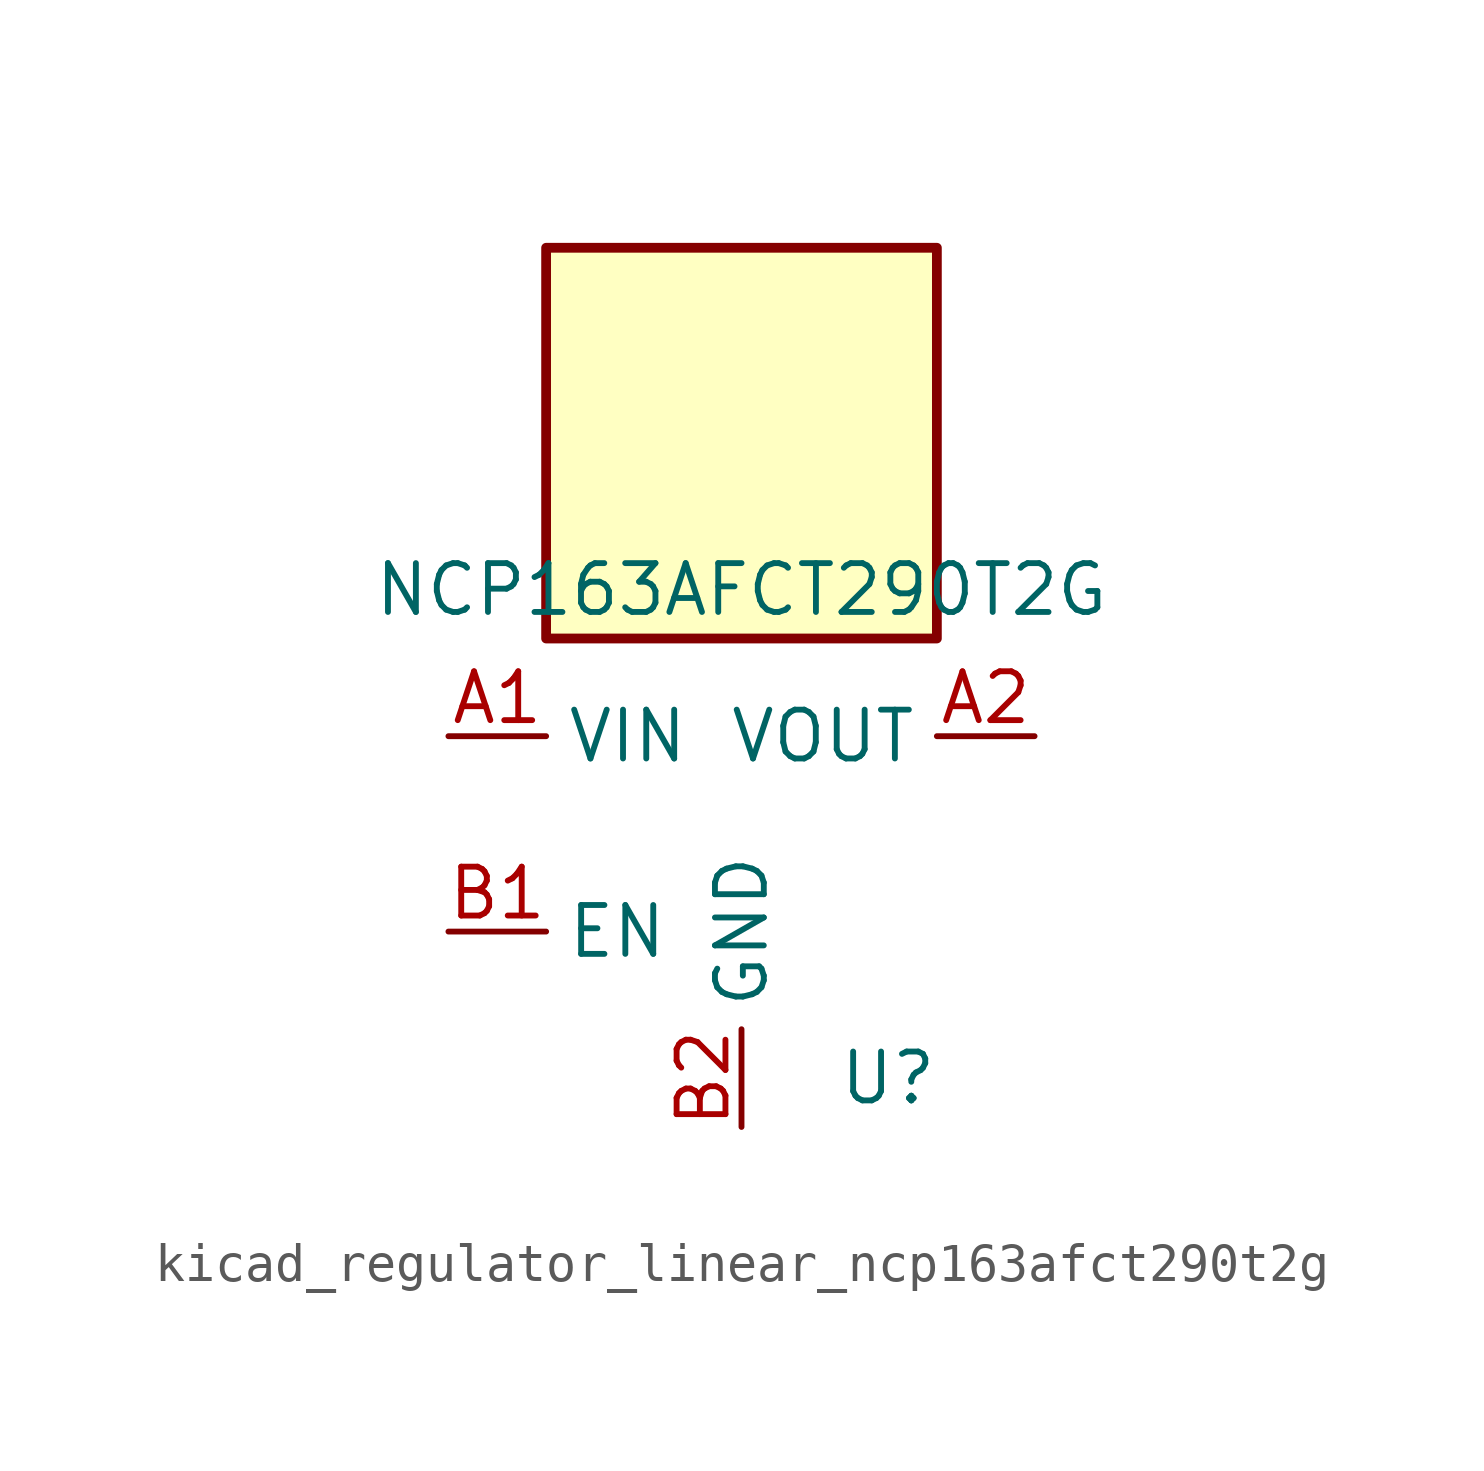
<source format=kicad_sym>
(kicad_symbol_lib
  (version 20220914)
  (generator kicad_symbol_editor)
  (symbol "kicad_regulator_linear_ncp163afct290t2g"
    (property "Reference" "U"
      (at 3.81 -6.35 0)
      (effects (font (size 1.27 1.27))))
    (property "Value" "NCP163AFCT290T2G"
      (at 0 6.35 0)
      (effects (font (size 1.27 1.27))))
    (symbol "kicad_regulator_linear_ncp163afct290t2g_0_1"
      (rectangle (start 5.08 15.24) (end -5.08 5.08) (stroke (width 0.254) (type default)) (fill (type background))))
    (symbol "kicad_regulator_linear_ncp163afct290t2g_1_1"
      (pin power_in line (at -7.62 2.54 0) (length 2.54) (name "VIN" (effects (font (size 1.27 1.27)))) (number "A1" (effects (font (size 1.27 1.27)))))
      (pin power_out line (at 7.62 2.54 180) (length 2.54) (name "VOUT" (effects (font (size 1.27 1.27)))) (number "A2" (effects (font (size 1.27 1.27)))))
      (pin input line (at -7.62 -2.54 0) (length 2.54) (name "EN" (effects (font (size 1.27 1.27)))) (number "B1" (effects (font (size 1.27 1.27)))))
      (pin power_in line (at 0 -7.62 90) (length 2.54) (name "GND" (effects (font (size 1.27 1.27)))) (number "B2" (effects (font (size 1.27 1.27))))))))
</source>
